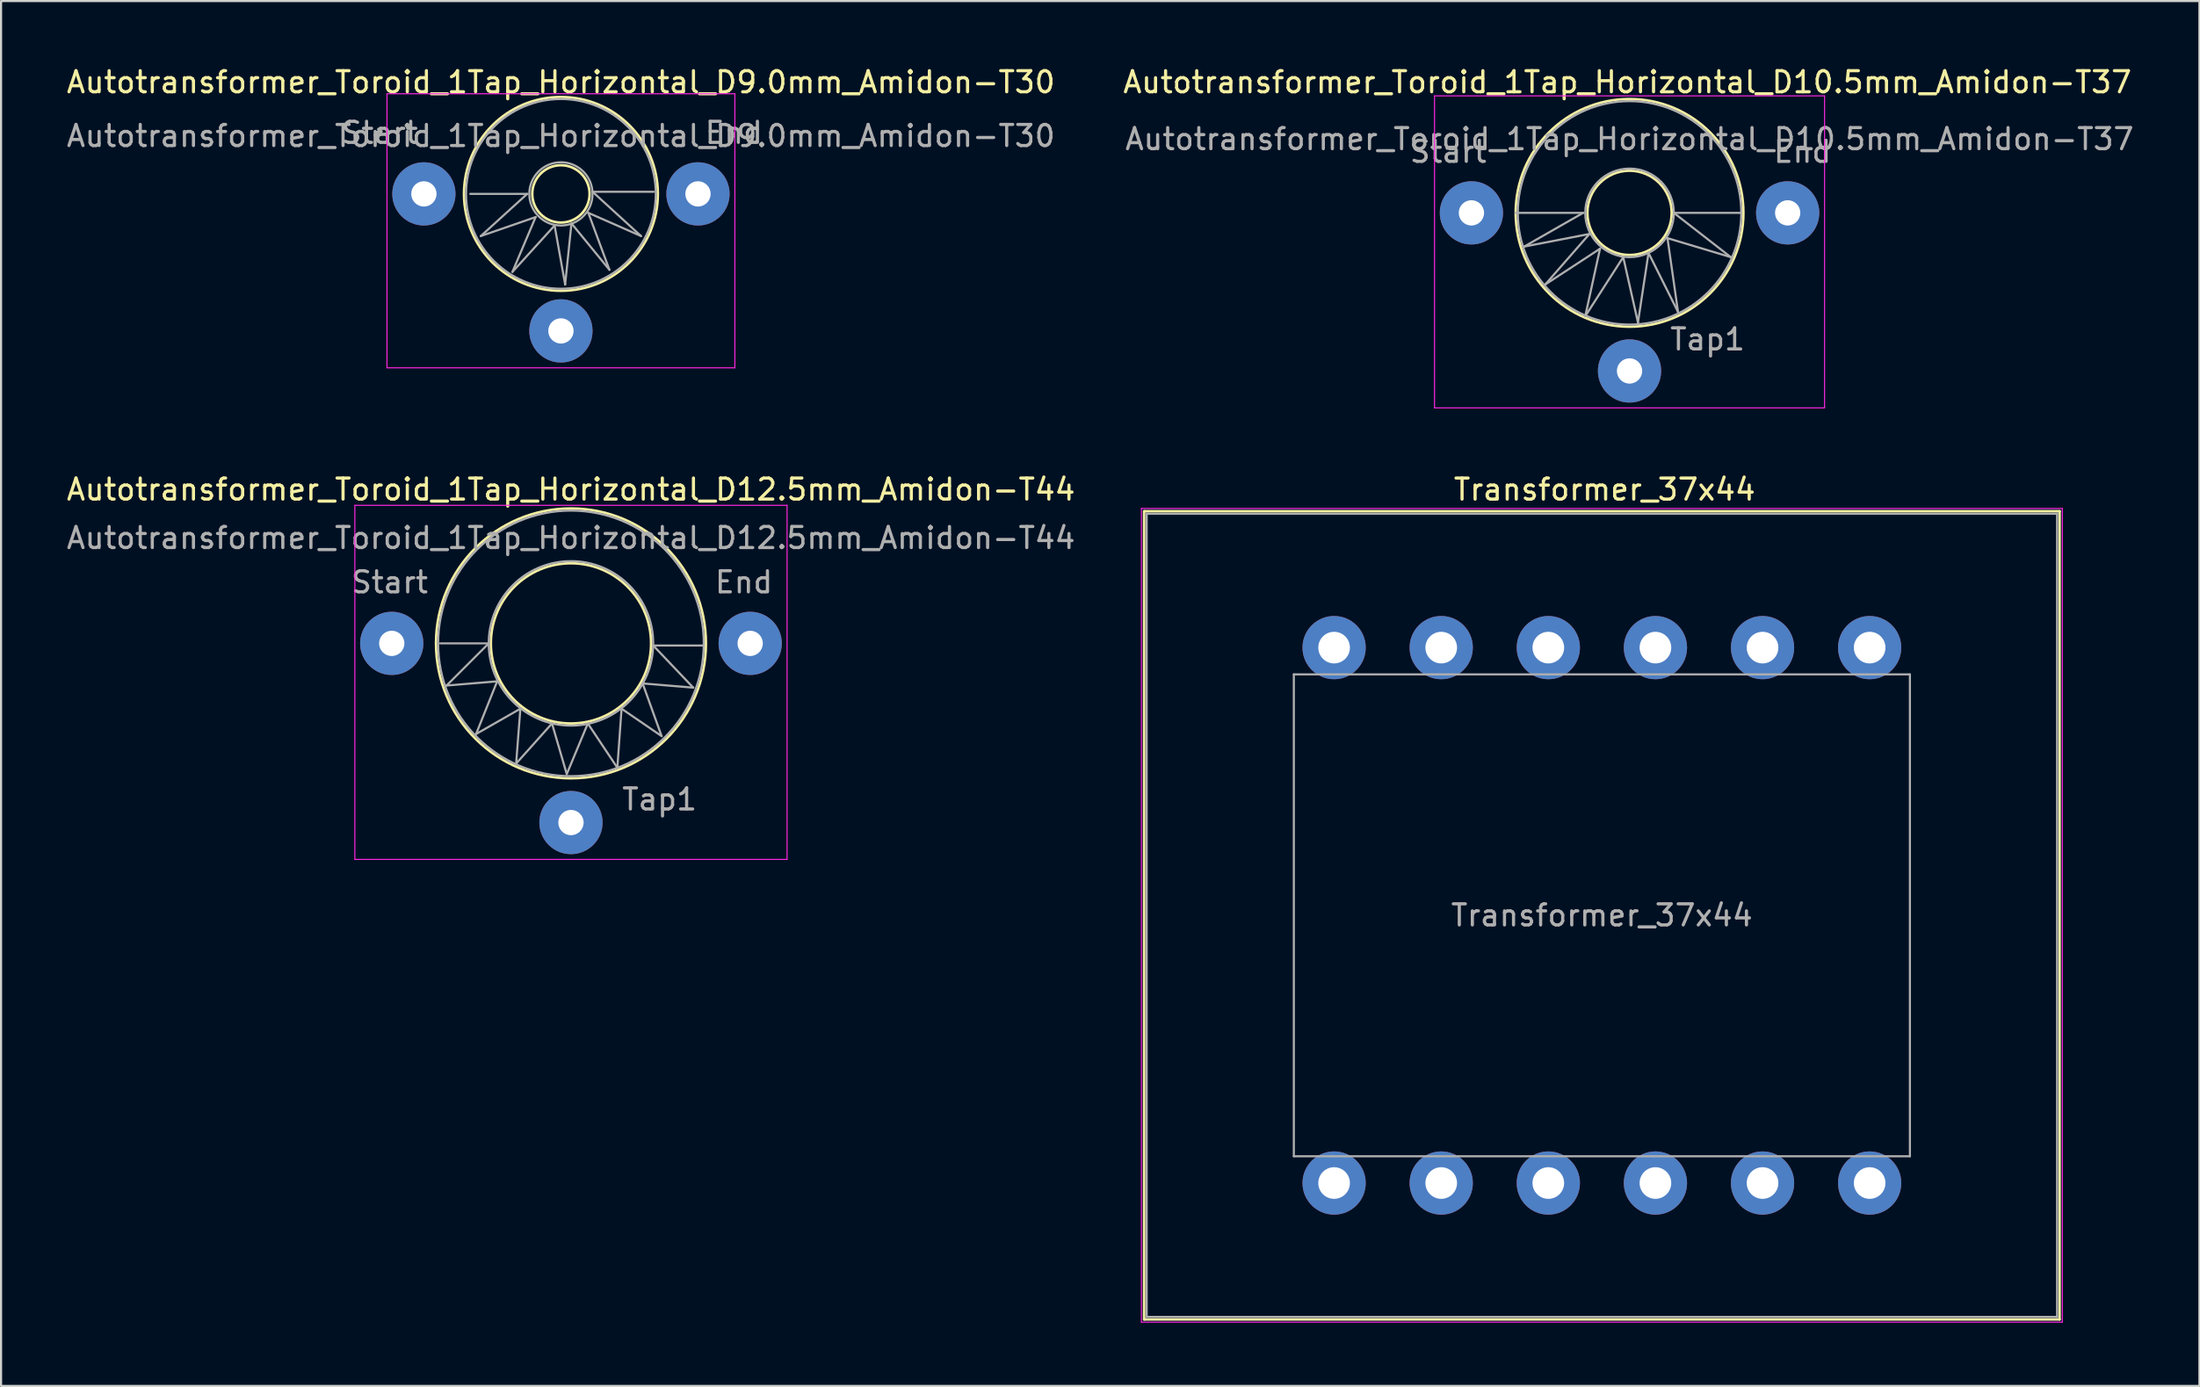
<source format=kicad_pcb>
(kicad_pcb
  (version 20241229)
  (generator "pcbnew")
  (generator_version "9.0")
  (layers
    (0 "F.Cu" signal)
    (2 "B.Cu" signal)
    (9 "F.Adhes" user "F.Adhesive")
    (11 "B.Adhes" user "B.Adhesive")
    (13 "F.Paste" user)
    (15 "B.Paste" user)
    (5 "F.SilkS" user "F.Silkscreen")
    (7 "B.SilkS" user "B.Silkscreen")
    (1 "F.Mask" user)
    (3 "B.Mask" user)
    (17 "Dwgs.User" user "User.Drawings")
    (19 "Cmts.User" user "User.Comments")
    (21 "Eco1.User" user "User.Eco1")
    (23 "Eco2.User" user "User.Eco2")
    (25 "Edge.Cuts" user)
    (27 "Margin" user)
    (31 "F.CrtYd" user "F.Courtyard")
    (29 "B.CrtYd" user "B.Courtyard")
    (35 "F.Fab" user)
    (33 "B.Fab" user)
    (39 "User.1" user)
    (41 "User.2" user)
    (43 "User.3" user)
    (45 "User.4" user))
  (footprint "Autotransformer_Toroid_1Tap_Horizontal_D9.0mm_Amidon-T30"
    (layer "F.Cu")
    (at 17.054 6.148)
    (property "Reference" "Autotransformer_Toroid_1Tap_Horizontal_D9.0mm_Amidon-T30" (at 6.5 -5.3 0) (layer "F.SilkS") (effects (font (size 1 1) (thickness 0.15))))
    (attr through_hole)
    (fp_circle (center 6.5 0) (end 7.6 0.8) (stroke (width 0.12) (type solid)) (fill no) (layer "F.SilkS"))
    (fp_circle (center 6.5 0) (end 9.8 3.2) (stroke (width 0.12) (type solid)) (fill no) (layer "F.SilkS"))
    (fp_line (start -1.75 -4.75) (end -1.75 8.25) (stroke (width 0.05) (type solid)) (layer "F.CrtYd"))
    (fp_line (start -1.75 -4.75) (end 14.75 -4.75) (stroke (width 0.05) (type solid)) (layer "F.CrtYd"))
    (fp_line (start 14.75 8.25) (end -1.75 8.25) (stroke (width 0.05) (type solid)) (layer "F.CrtYd"))
    (fp_line (start 14.75 8.25) (end 14.75 -4.75) (stroke (width 0.05) (type solid)) (layer "F.CrtYd"))
    (fp_line (start 2.2 0) (end 4.9 0) (stroke (width 0.1) (type solid)) (layer "F.Fab"))
    (fp_line (start 2.7 2) (end 5.3 1.1) (stroke (width 0.1) (type solid)) (layer "F.Fab"))
    (fp_line (start 4.2 3.7) (end 6.2 1.5) (stroke (width 0.1) (type solid)) (layer "F.Fab"))
    (fp_line (start 4.9 0) (end 2.7 2) (stroke (width 0.1) (type solid)) (layer "F.Fab"))
    (fp_line (start 5.3 1.1) (end 4.2 3.7) (stroke (width 0.1) (type solid)) (layer "F.Fab"))
    (fp_line (start 6.2 1.5) (end 6.7 4.3) (stroke (width 0.1) (type solid)) (layer "F.Fab"))
    (fp_line (start 6.7 4.3) (end 7 1.4) (stroke (width 0.1) (type solid)) (layer "F.Fab"))
    (fp_line (start 7 1.4) (end 8.8 3.6) (stroke (width 0.1) (type solid)) (layer "F.Fab"))
    (fp_line (start 7.8 0.9) (end 10.3 2) (stroke (width 0.1) (type solid)) (layer "F.Fab"))
    (fp_line (start 8 -0.1) (end 10.9 -0.1) (stroke (width 0.1) (type solid)) (layer "F.Fab"))
    (fp_line (start 8.8 3.6) (end 7.8 0.9) (stroke (width 0.1) (type solid)) (layer "F.Fab"))
    (fp_line (start 10.3 2) (end 8 -0.1) (stroke (width 0.1) (type solid)) (layer "F.Fab"))
    (fp_circle (center 6.5 0) (end 8 0) (stroke (width 0.1) (type solid)) (fill no) (layer "F.Fab"))
    (fp_circle (center 6.5 0) (end 11 0) (stroke (width 0.1) (type solid)) (fill no) (layer "F.Fab"))
    (fp_text user "End" (at 14.7 -2.9 0) (layer "F.Fab") (effects (font (size 1 1) (thickness 0.15))))
    (fp_text user "${REFERENCE}" (at 6.5 -2.75 0) (layer "F.Fab") (effects (font (size 1 1) (thickness 0.15))))
    (fp_text user "Start" (at -2.1 -2.9 0) (layer "F.Fab") (effects (font (size 1 1) (thickness 0.15))))
    (pad "1" thru_hole circle (at 0 0) (size 3 3) (drill 1.2) (layers "*.Cu" "*.Mask"))
    (pad "2" thru_hole circle (at 6.5 6.5) (size 3 3) (drill 1.2) (layers "*.Cu" "*.Mask"))
    (pad "3" thru_hole circle (at 13 0) (size 3 3) (drill 1.2) (layers "*.Cu" "*.Mask")))
  (footprint "Autotransformer_Toroid_1Tap_Horizontal_D12.5mm_Amidon-T44"
    (layer "F.Cu")
    (at 15.53 27.471)
    (property "Reference" "Autotransformer_Toroid_1Tap_Horizontal_D12.5mm_Amidon-T44" (at 8.5 -7.3 0) (layer "F.SilkS") (effects (font (size 1 1) (thickness 0.15))))
    (attr through_hole)
    (fp_circle (center 8.5 0) (end 12.3 0) (stroke (width 0.12) (type solid)) (fill no) (layer "F.SilkS"))
    (fp_circle (center 8.5 0) (end 14.9 0) (stroke (width 0.12) (type solid)) (fill no) (layer "F.SilkS"))
    (fp_line (start -1.75 -6.55) (end -1.75 10.25) (stroke (width 0.05) (type solid)) (layer "F.CrtYd"))
    (fp_line (start -1.75 -6.55) (end 18.75 -6.55) (stroke (width 0.05) (type solid)) (layer "F.CrtYd"))
    (fp_line (start 18.75 10.25) (end -1.75 10.25) (stroke (width 0.05) (type solid)) (layer "F.CrtYd"))
    (fp_line (start 18.75 10.25) (end 18.75 -6.55) (stroke (width 0.05) (type solid)) (layer "F.CrtYd"))
    (fp_line (start 2.3 0) (end 4.6 0) (stroke (width 0.1) (type solid)) (layer "F.Fab"))
    (fp_line (start 2.6 2) (end 5 1.8) (stroke (width 0.1) (type solid)) (layer "F.Fab"))
    (fp_line (start 4 4.3) (end 6.1 3.1) (stroke (width 0.1) (type solid)) (layer "F.Fab"))
    (fp_line (start 4.6 0) (end 2.6 2) (stroke (width 0.1) (type solid)) (layer "F.Fab"))
    (fp_line (start 5 1.8) (end 4 4.3) (stroke (width 0.1) (type solid)) (layer "F.Fab"))
    (fp_line (start 5.9 5.7) (end 7.6 3.8) (stroke (width 0.1) (type solid)) (layer "F.Fab"))
    (fp_line (start 6.1 3.1) (end 5.9 5.7) (stroke (width 0.1) (type solid)) (layer "F.Fab"))
    (fp_line (start 7.6 3.8) (end 8.3 6.2) (stroke (width 0.1) (type solid)) (layer "F.Fab"))
    (fp_line (start 8.3 6.2) (end 9.3 3.8) (stroke (width 0.1) (type solid)) (layer "F.Fab"))
    (fp_line (start 9.3 3.8) (end 10.7 5.9) (stroke (width 0.1) (type solid)) (layer "F.Fab"))
    (fp_line (start 10.7 5.9) (end 10.9 3.1) (stroke (width 0.1) (type solid)) (layer "F.Fab"))
    (fp_line (start 10.9 3.1) (end 12.8 4.4) (stroke (width 0.1) (type solid)) (layer "F.Fab"))
    (fp_line (start 11.9 1.9) (end 14.3 2.1) (stroke (width 0.1) (type solid)) (layer "F.Fab"))
    (fp_line (start 12.4 0.1) (end 14.8 0.1) (stroke (width 0.1) (type solid)) (layer "F.Fab"))
    (fp_line (start 12.8 4.4) (end 11.9 1.9) (stroke (width 0.1) (type solid)) (layer "F.Fab"))
    (fp_line (start 14.3 2.1) (end 12.4 0.1) (stroke (width 0.1) (type solid)) (layer "F.Fab"))
    (fp_circle (center 8.5 0) (end 12.4 0) (stroke (width 0.1) (type solid)) (fill no) (layer "F.Fab"))
    (fp_circle (center 8.5 0) (end 14.8 0) (stroke (width 0.1) (type solid)) (fill no) (layer "F.Fab"))
    (fp_text user "${REFERENCE}" (at 8.5 -5 0) (layer "F.Fab") (effects (font (size 1 1) (thickness 0.15))))
    (fp_text user "Start" (at -0.1 -2.9 0) (layer "F.Fab") (effects (font (size 1 1) (thickness 0.15))))
    (fp_text user "Tap1" (at 12.7 7.4 0) (layer "F.Fab") (effects (font (size 1 1) (thickness 0.15))))
    (fp_text user "End" (at 16.7 -2.9 0) (layer "F.Fab") (effects (font (size 1 1) (thickness 0.15))))
    (pad "1" thru_hole circle (at 0 0) (size 3 3) (drill 1.2) (layers "*.Cu" "*.Mask"))
    (pad "2" thru_hole circle (at 8.5 8.5) (size 3 3) (drill 1.2) (layers "*.Cu" "*.Mask"))
    (pad "3" thru_hole circle (at 17 0) (size 3 3) (drill 1.2) (layers "*.Cu" "*.Mask")))
  (footprint "Autotransformer_Toroid_1Tap_Horizontal_D10.5mm_Amidon-T37"
    (layer "F.Cu")
    (at 66.737 7.048)
    (property "Reference" "Autotransformer_Toroid_1Tap_Horizontal_D10.5mm_Amidon-T37" (at 7.4 -6.2 0) (layer "F.SilkS") (effects (font (size 1 1) (thickness 0.15))))
    (attr through_hole)
    (fp_circle (center 7.5 0) (end 9.5 0) (stroke (width 0.12) (type solid)) (fill no) (layer "F.SilkS"))
    (fp_circle (center 7.5 0) (end 12.9 0) (stroke (width 0.12) (type solid)) (fill no) (layer "F.SilkS"))
    (fp_line (start -1.75 -5.55) (end -1.75 9.25) (stroke (width 0.05) (type solid)) (layer "F.CrtYd"))
    (fp_line (start -1.75 -5.55) (end 16.75 -5.55) (stroke (width 0.05) (type solid)) (layer "F.CrtYd"))
    (fp_line (start 16.75 9.25) (end -1.75 9.25) (stroke (width 0.05) (type solid)) (layer "F.CrtYd"))
    (fp_line (start 16.75 9.25) (end 16.75 -5.55) (stroke (width 0.05) (type solid)) (layer "F.CrtYd"))
    (fp_line (start 2.1 0) (end 5.3 0) (stroke (width 0.1) (type solid)) (layer "F.Fab"))
    (fp_line (start 2.5 1.6) (end 5.6 1) (stroke (width 0.1) (type solid)) (layer "F.Fab"))
    (fp_line (start 3.5 3.4) (end 6.1 1.7) (stroke (width 0.1) (type solid)) (layer "F.Fab"))
    (fp_line (start 5.3 0) (end 2.5 1.6) (stroke (width 0.1) (type solid)) (layer "F.Fab"))
    (fp_line (start 5.4 4.9) (end 7.2 2.1) (stroke (width 0.1) (type solid)) (layer "F.Fab"))
    (fp_line (start 5.6 1) (end 3.5 3.4) (stroke (width 0.1) (type solid)) (layer "F.Fab"))
    (fp_line (start 6.1 1.7) (end 5.4 4.9) (stroke (width 0.1) (type solid)) (layer "F.Fab"))
    (fp_line (start 7.2 2.1) (end 7.9 5.2) (stroke (width 0.1) (type solid)) (layer "F.Fab"))
    (fp_line (start 7.9 5.2) (end 8.4 1.9) (stroke (width 0.1) (type solid)) (layer "F.Fab"))
    (fp_line (start 8.4 1.9) (end 9.8 4.7) (stroke (width 0.1) (type solid)) (layer "F.Fab"))
    (fp_line (start 9.3 1.2) (end 12.3 2.1) (stroke (width 0.1) (type solid)) (layer "F.Fab"))
    (fp_line (start 9.6 0) (end 12.8 0) (stroke (width 0.1) (type solid)) (layer "F.Fab"))
    (fp_line (start 9.8 4.7) (end 9.3 1.2) (stroke (width 0.1) (type solid)) (layer "F.Fab"))
    (fp_line (start 12.3 2.1) (end 9.6 0) (stroke (width 0.1) (type solid)) (layer "F.Fab"))
    (fp_circle (center 7.5 0) (end 9.6 0) (stroke (width 0.1) (type solid)) (fill no) (layer "F.Fab"))
    (fp_circle (center 7.5 0) (end 12.8 0) (stroke (width 0.1) (type solid)) (fill no) (layer "F.Fab"))
    (fp_text user "Start" (at -1.1 -2.9 0) (layer "F.Fab") (effects (font (size 1 1) (thickness 0.15))))
    (fp_text user "End" (at 15.7 -2.9 0) (layer "F.Fab") (effects (font (size 1 1) (thickness 0.15))))
    (fp_text user "${REFERENCE}" (at 7.5 -3.5 0) (layer "F.Fab") (effects (font (size 1 1) (thickness 0.15))))
    (fp_text user "Tap1" (at 11.2 6 0) (layer "F.Fab") (effects (font (size 1 1) (thickness 0.15))))
    (pad "1" thru_hole circle (at 0 0) (size 3 3) (drill 1.2) (layers "*.Cu" "*.Mask"))
    (pad "2" thru_hole circle (at 7.5 7.5) (size 3 3) (drill 1.2) (layers "*.Cu" "*.Mask"))
    (pad "3" thru_hole circle (at 15 0) (size 3 3) (drill 1.2) (layers "*.Cu" "*.Mask")))
  (footprint "Transformer_37x44"
    (layer "F.Cu")
    (at 65.305 27.672)
    (property "Reference" "Transformer_37x44" (at 7.75 -7.5 0) (layer "F.SilkS") (effects (font (size 1 1) (thickness 0.15))))
    (attr through_hole)
    (fp_line (start -14.09 -6.47) (end -14.09 31.87) (stroke (width 0.12) (type solid)) (layer "F.SilkS"))
    (fp_line (start -14.09 -6.47) (end 29.33 -6.47) (stroke (width 0.12) (type solid)) (layer "F.SilkS"))
    (fp_line (start 29.33 31.87) (end -14.09 31.87) (stroke (width 0.12) (type solid)) (layer "F.SilkS"))
    (fp_line (start 29.33 31.87) (end 29.33 -6.47) (stroke (width 0.12) (type solid)) (layer "F.SilkS"))
    (fp_line (start -14.22 -6.6) (end -14.22 32) (stroke (width 0.05) (type solid)) (layer "F.CrtYd"))
    (fp_line (start -14.22 -6.6) (end 29.46 -6.6) (stroke (width 0.05) (type solid)) (layer "F.CrtYd"))
    (fp_line (start 29.46 32) (end -14.22 32) (stroke (width 0.05) (type solid)) (layer "F.CrtYd"))
    (fp_line (start 29.46 32) (end 29.46 -6.6) (stroke (width 0.05) (type solid)) (layer "F.CrtYd"))
    (fp_line (start -13.97 -6.35) (end 29.21 -6.35) (stroke (width 0.1) (type solid)) (layer "F.Fab"))
    (fp_line (start -13.97 31.75) (end -13.97 -6.35) (stroke (width 0.1) (type solid)) (layer "F.Fab"))
    (fp_line (start -6.99 1.27) (end 22.23 1.27) (stroke (width 0.1) (type solid)) (layer "F.Fab"))
    (fp_line (start -6.99 24.13) (end -6.99 1.27) (stroke (width 0.1) (type solid)) (layer "F.Fab"))
    (fp_line (start 22.23 1.27) (end 22.23 24.13) (stroke (width 0.1) (type solid)) (layer "F.Fab"))
    (fp_line (start 22.23 24.13) (end -6.99 24.13) (stroke (width 0.1) (type solid)) (layer "F.Fab"))
    (fp_line (start 29.21 -6.35) (end 29.21 31.75) (stroke (width 0.1) (type solid)) (layer "F.Fab"))
    (fp_line (start 29.21 31.75) (end -13.97 31.75) (stroke (width 0.1) (type solid)) (layer "F.Fab"))
    (fp_text user "${REFERENCE}" (at 7.62 12.7 0) (layer "F.Fab") (effects (font (size 1 1) (thickness 0.15))))
    (pad "" thru_hole circle (at -5.08 0) (size 3 3) (drill 1.5) (layers "*.Cu" "*.Mask"))
    (pad "" thru_hole circle (at 0 25.4) (size 3 3) (drill 1.5) (layers "*.Cu" "*.Mask"))
    (pad "" thru_hole circle (at 5.08 0) (size 3 3) (drill 1.5) (layers "*.Cu" "*.Mask"))
    (pad "" thru_hole circle (at 10.16 0) (size 3 3) (drill 1.5) (layers "*.Cu" "*.Mask"))
    (pad "" thru_hole circle (at 10.16 25.4) (size 3 3) (drill 1.5) (layers "*.Cu" "*.Mask"))
    (pad "" thru_hole circle (at 15.24 0) (size 3 3) (drill 1.5) (layers "*.Cu" "*.Mask"))
    (pad "" thru_hole circle (at 15.24 25.4) (size 3 3) (drill 1.5) (layers "*.Cu" "*.Mask"))
    (pad "" thru_hole circle (at 20.32 25.4) (size 3 3) (drill 1.5) (layers "*.Cu" "*.Mask"))
    (pad "1" thru_hole circle (at 0 0) (size 3 3) (drill 1.5) (layers "*.Cu" "*.Mask"))
    (pad "2" thru_hole circle (at 20.32 0) (size 3 3) (drill 1.5) (layers "*.Cu" "*.Mask"))
    (pad "3" thru_hole circle (at 5.08 25.4) (size 3 3) (drill 1.5) (layers "*.Cu" "*.Mask"))
    (pad "4" thru_hole circle (at -5.08 25.4) (size 3 3) (drill 1.5) (layers "*.Cu" "*.Mask")))
  (gr_rect
    (start -3 -3)
    (end 101.267 62.697)
    (stroke (width 0.1) (type default))
    (fill no)
    (layer "Edge.Cuts")))
</source>
